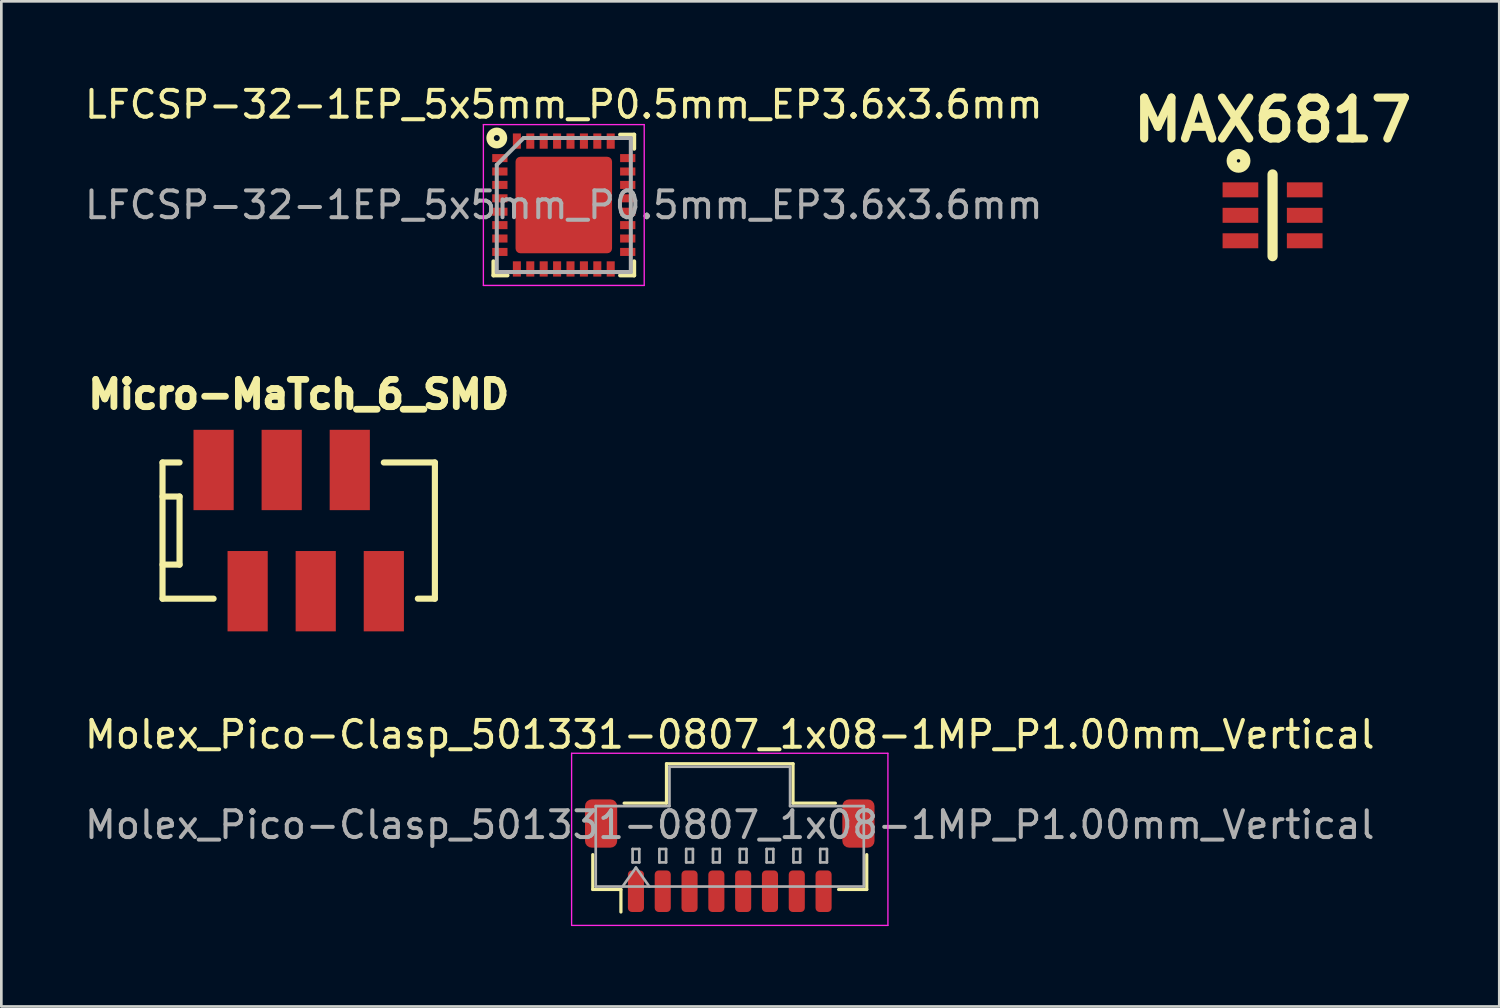
<source format=kicad_pcb>
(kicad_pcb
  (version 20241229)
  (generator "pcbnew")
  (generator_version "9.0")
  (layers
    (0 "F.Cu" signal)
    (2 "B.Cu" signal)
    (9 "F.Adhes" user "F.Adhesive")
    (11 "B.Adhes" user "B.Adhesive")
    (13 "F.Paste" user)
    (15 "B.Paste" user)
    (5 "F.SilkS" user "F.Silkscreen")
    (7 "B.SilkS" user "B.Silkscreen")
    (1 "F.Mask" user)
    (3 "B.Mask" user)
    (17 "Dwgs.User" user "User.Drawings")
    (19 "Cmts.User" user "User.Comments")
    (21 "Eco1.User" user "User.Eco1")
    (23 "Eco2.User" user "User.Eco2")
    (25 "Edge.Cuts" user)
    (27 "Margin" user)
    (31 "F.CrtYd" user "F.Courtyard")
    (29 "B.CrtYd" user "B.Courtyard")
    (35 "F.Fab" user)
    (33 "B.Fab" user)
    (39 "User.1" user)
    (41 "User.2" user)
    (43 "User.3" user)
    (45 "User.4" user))
  (footprint "Micro-MaTch_6_SMD"
    (layer "F.Cu")
    (at 8.093 16.743)
    (property "Reference" "Micro-MaTch_6_SMD" (at 0 -5.08 0) (layer "F.SilkS") (effects (font (size 1.016 1.016) (thickness 0.254))))
    (attr through_hole)
    (fp_line (start -5.08 -2.54) (end -5.08 2.54) (stroke (width 0.229) (type solid)) (layer "F.SilkS"))
    (fp_line (start -5.08 -2.54) (end -4.445 -2.54) (stroke (width 0.229) (type solid)) (layer "F.SilkS"))
    (fp_line (start -5.08 -1.27) (end -4.445 -1.27) (stroke (width 0.229) (type solid)) (layer "F.SilkS"))
    (fp_line (start -5.08 2.54) (end -3.175 2.54) (stroke (width 0.229) (type solid)) (layer "F.SilkS"))
    (fp_line (start -4.445 -1.27) (end -4.445 1.27) (stroke (width 0.229) (type solid)) (layer "F.SilkS"))
    (fp_line (start -4.445 1.27) (end -5.08 1.27) (stroke (width 0.229) (type solid)) (layer "F.SilkS"))
    (fp_line (start 4.445 2.54) (end 5.08 2.54) (stroke (width 0.229) (type solid)) (layer "F.SilkS"))
    (fp_line (start 5.08 -2.54) (end 3.175 -2.54) (stroke (width 0.229) (type solid)) (layer "F.SilkS"))
    (fp_line (start 5.08 -2.54) (end 5.08 2.54) (stroke (width 0.229) (type solid)) (layer "F.SilkS"))
    (pad "1" smd rect (at -3.175 -2.261) (size 1.499 2.997) (layers "F.Cu" "F.Mask" "F.Paste"))
    (pad "2" smd rect (at -1.905 2.261) (size 1.499 2.997) (layers "F.Cu" "F.Mask" "F.Paste"))
    (pad "3" smd rect (at -0.635 -2.261) (size 1.499 2.997) (layers "F.Cu" "F.Mask" "F.Paste"))
    (pad "4" smd rect (at 0.635 2.261) (size 1.499 2.997) (layers "F.Cu" "F.Mask" "F.Paste"))
    (pad "5" smd rect (at 1.905 -2.261) (size 1.499 2.997) (layers "F.Cu" "F.Mask" "F.Paste"))
    (pad "6" smd rect (at 3.175 2.261) (size 1.499 2.997) (layers "F.Cu" "F.Mask" "F.Paste")))
  (footprint "MAX6817"
    (layer "F.Cu")
    (at 44.422 4.982)
    (property "Reference" "MAX6817" (at 0 -3.556 0) (layer "F.SilkS") (effects (font (size 1.524 1.524) (thickness 0.305))))
    (attr through_hole)
    (fp_line (start 0 -1.524) (end 0 1.524) (stroke (width 0.381) (type solid)) (layer "F.SilkS"))
    (fp_circle (center -1.27 -2.032) (end -1.27 -2.286) (stroke (width 0.381) (type solid)) (fill no) (layer "F.SilkS"))
    (pad "1" smd rect (at -1.199 -0.95) (size 1.331 0.559) (layers "F.Cu" "F.Mask" "F.Paste"))
    (pad "2" smd rect (at -1.199 0) (size 1.331 0.559) (layers "F.Cu" "F.Mask" "F.Paste"))
    (pad "3" smd rect (at -1.199 0.95) (size 1.331 0.559) (layers "F.Cu" "F.Mask" "F.Paste"))
    (pad "4" smd rect (at 1.199 0.95) (size 1.331 0.559) (layers "F.Cu" "F.Mask" "F.Paste"))
    (pad "5" smd rect (at 1.199 0) (size 1.331 0.559) (layers "F.Cu" "F.Mask" "F.Paste"))
    (pad "6" smd rect (at 1.199 -0.95) (size 1.331 0.559) (layers "F.Cu" "F.Mask" "F.Paste")))
  (footprint "Molex_Pico-Clasp_501331-0807_1x08-1MP_P1.00mm_Vertical"
    (layer "F.Cu")
    (at 24.173 28.871)
    (property "Reference" "Molex_Pico-Clasp_501331-0807_1x08-1MP_P1.00mm_Vertical" (at 0 -4.52 0) (layer "F.SilkS") (effects (font (size 1 1) (thickness 0.15))))
    (attr smd)
    (fp_line (start -5.11 -0.04) (end -5.11 1.26) (stroke (width 0.12) (type solid)) (layer "F.SilkS"))
    (fp_line (start -5.11 1.26) (end -4.06 1.26) (stroke (width 0.12) (type solid)) (layer "F.SilkS"))
    (fp_line (start -4.06 1.26) (end -4.06 2.1) (stroke (width 0.12) (type solid)) (layer "F.SilkS"))
    (fp_line (start -3.94 -1.96) (end -2.36 -1.96) (stroke (width 0.12) (type solid)) (layer "F.SilkS"))
    (fp_line (start -2.36 -3.43) (end 2.36 -3.43) (stroke (width 0.12) (type solid)) (layer "F.SilkS"))
    (fp_line (start -2.36 -1.96) (end -2.36 -3.43) (stroke (width 0.12) (type solid)) (layer "F.SilkS"))
    (fp_line (start 2.36 -3.43) (end 2.36 -1.96) (stroke (width 0.12) (type solid)) (layer "F.SilkS"))
    (fp_line (start 2.36 -1.96) (end 3.94 -1.96) (stroke (width 0.12) (type solid)) (layer "F.SilkS"))
    (fp_line (start 5.11 -0.04) (end 5.11 1.26) (stroke (width 0.12) (type solid)) (layer "F.SilkS"))
    (fp_line (start 5.11 1.26) (end 4.06 1.26) (stroke (width 0.12) (type solid)) (layer "F.SilkS"))
    (fp_line (start -5.9 -3.82) (end -5.9 2.6) (stroke (width 0.05) (type solid)) (layer "F.CrtYd"))
    (fp_line (start -5.9 2.6) (end 5.9 2.6) (stroke (width 0.05) (type solid)) (layer "F.CrtYd"))
    (fp_line (start 5.9 -3.82) (end -5.9 -3.82) (stroke (width 0.05) (type solid)) (layer "F.CrtYd"))
    (fp_line (start 5.9 2.6) (end 5.9 -3.82) (stroke (width 0.05) (type solid)) (layer "F.CrtYd"))
    (fp_line (start -5 -1.85) (end -2.25 -1.85) (stroke (width 0.1) (type solid)) (layer "F.Fab"))
    (fp_line (start -5 1.15) (end -5 -1.85) (stroke (width 0.1) (type solid)) (layer "F.Fab"))
    (fp_line (start -5 1.15) (end 5 1.15) (stroke (width 0.1) (type solid)) (layer "F.Fab"))
    (fp_line (start -4 1.15) (end -3.5 0.443) (stroke (width 0.1) (type solid)) (layer "F.Fab"))
    (fp_line (start -3.625 -0.25) (end -3.625 0.25) (stroke (width 0.1) (type solid)) (layer "F.Fab"))
    (fp_line (start -3.625 0.25) (end -3.375 0.25) (stroke (width 0.1) (type solid)) (layer "F.Fab"))
    (fp_line (start -3.5 0.443) (end -3 1.15) (stroke (width 0.1) (type solid)) (layer "F.Fab"))
    (fp_line (start -3.375 -0.25) (end -3.625 -0.25) (stroke (width 0.1) (type solid)) (layer "F.Fab"))
    (fp_line (start -3.375 0.25) (end -3.375 -0.25) (stroke (width 0.1) (type solid)) (layer "F.Fab"))
    (fp_line (start -2.625 -0.25) (end -2.625 0.25) (stroke (width 0.1) (type solid)) (layer "F.Fab"))
    (fp_line (start -2.625 0.25) (end -2.375 0.25) (stroke (width 0.1) (type solid)) (layer "F.Fab"))
    (fp_line (start -2.375 -0.25) (end -2.625 -0.25) (stroke (width 0.1) (type solid)) (layer "F.Fab"))
    (fp_line (start -2.375 0.25) (end -2.375 -0.25) (stroke (width 0.1) (type solid)) (layer "F.Fab"))
    (fp_line (start -2.25 -3.32) (end 2.25 -3.32) (stroke (width 0.1) (type solid)) (layer "F.Fab"))
    (fp_line (start -2.25 -1.85) (end -2.25 -3.32) (stroke (width 0.1) (type solid)) (layer "F.Fab"))
    (fp_line (start -1.625 -0.25) (end -1.625 0.25) (stroke (width 0.1) (type solid)) (layer "F.Fab"))
    (fp_line (start -1.625 0.25) (end -1.375 0.25) (stroke (width 0.1) (type solid)) (layer "F.Fab"))
    (fp_line (start -1.375 -0.25) (end -1.625 -0.25) (stroke (width 0.1) (type solid)) (layer "F.Fab"))
    (fp_line (start -1.375 0.25) (end -1.375 -0.25) (stroke (width 0.1) (type solid)) (layer "F.Fab"))
    (fp_line (start -0.625 -0.25) (end -0.625 0.25) (stroke (width 0.1) (type solid)) (layer "F.Fab"))
    (fp_line (start -0.625 0.25) (end -0.375 0.25) (stroke (width 0.1) (type solid)) (layer "F.Fab"))
    (fp_line (start -0.375 -0.25) (end -0.625 -0.25) (stroke (width 0.1) (type solid)) (layer "F.Fab"))
    (fp_line (start -0.375 0.25) (end -0.375 -0.25) (stroke (width 0.1) (type solid)) (layer "F.Fab"))
    (fp_line (start 0.375 -0.25) (end 0.375 0.25) (stroke (width 0.1) (type solid)) (layer "F.Fab"))
    (fp_line (start 0.375 0.25) (end 0.625 0.25) (stroke (width 0.1) (type solid)) (layer "F.Fab"))
    (fp_line (start 0.625 -0.25) (end 0.375 -0.25) (stroke (width 0.1) (type solid)) (layer "F.Fab"))
    (fp_line (start 0.625 0.25) (end 0.625 -0.25) (stroke (width 0.1) (type solid)) (layer "F.Fab"))
    (fp_line (start 1.375 -0.25) (end 1.375 0.25) (stroke (width 0.1) (type solid)) (layer "F.Fab"))
    (fp_line (start 1.375 0.25) (end 1.625 0.25) (stroke (width 0.1) (type solid)) (layer "F.Fab"))
    (fp_line (start 1.625 -0.25) (end 1.375 -0.25) (stroke (width 0.1) (type solid)) (layer "F.Fab"))
    (fp_line (start 1.625 0.25) (end 1.625 -0.25) (stroke (width 0.1) (type solid)) (layer "F.Fab"))
    (fp_line (start 2.25 -3.32) (end 2.25 -1.85) (stroke (width 0.1) (type solid)) (layer "F.Fab"))
    (fp_line (start 2.25 -1.85) (end 5 -1.85) (stroke (width 0.1) (type solid)) (layer "F.Fab"))
    (fp_line (start 2.375 -0.25) (end 2.375 0.25) (stroke (width 0.1) (type solid)) (layer "F.Fab"))
    (fp_line (start 2.375 0.25) (end 2.625 0.25) (stroke (width 0.1) (type solid)) (layer "F.Fab"))
    (fp_line (start 2.625 -0.25) (end 2.375 -0.25) (stroke (width 0.1) (type solid)) (layer "F.Fab"))
    (fp_line (start 2.625 0.25) (end 2.625 -0.25) (stroke (width 0.1) (type solid)) (layer "F.Fab"))
    (fp_line (start 3.375 -0.25) (end 3.375 0.25) (stroke (width 0.1) (type solid)) (layer "F.Fab"))
    (fp_line (start 3.375 0.25) (end 3.625 0.25) (stroke (width 0.1) (type solid)) (layer "F.Fab"))
    (fp_line (start 3.625 -0.25) (end 3.375 -0.25) (stroke (width 0.1) (type solid)) (layer "F.Fab"))
    (fp_line (start 3.625 0.25) (end 3.625 -0.25) (stroke (width 0.1) (type solid)) (layer "F.Fab"))
    (fp_line (start 5 1.15) (end 5 -1.85) (stroke (width 0.1) (type solid)) (layer "F.Fab"))
    (fp_text user "${REFERENCE}" (at 0 -1.15 0) (layer "F.Fab") (effects (font (size 1 1) (thickness 0.15))))
    (pad "1" smd roundrect (at -3.5 1.325) (size 0.6 1.55) (layers "F.Cu" "F.Mask" "F.Paste") (roundrect_rratio 0.25))
    (pad "2" smd roundrect (at -2.5 1.325) (size 0.6 1.55) (layers "F.Cu" "F.Mask" "F.Paste") (roundrect_rratio 0.25))
    (pad "3" smd roundrect (at -1.5 1.325) (size 0.6 1.55) (layers "F.Cu" "F.Mask" "F.Paste") (roundrect_rratio 0.25))
    (pad "4" smd roundrect (at -0.5 1.325) (size 0.6 1.55) (layers "F.Cu" "F.Mask" "F.Paste") (roundrect_rratio 0.25))
    (pad "5" smd roundrect (at 0.5 1.325) (size 0.6 1.55) (layers "F.Cu" "F.Mask" "F.Paste") (roundrect_rratio 0.25))
    (pad "6" smd roundrect (at 1.5 1.325) (size 0.6 1.55) (layers "F.Cu" "F.Mask" "F.Paste") (roundrect_rratio 0.25))
    (pad "7" smd roundrect (at 2.5 1.325) (size 0.6 1.55) (layers "F.Cu" "F.Mask" "F.Paste") (roundrect_rratio 0.25))
    (pad "8" smd roundrect (at 3.5 1.325) (size 0.6 1.55) (layers "F.Cu" "F.Mask" "F.Paste") (roundrect_rratio 0.25))
    (pad "MP" smd roundrect (at -4.8 -1.2) (size 1.2 1.8) (layers "F.Cu" "F.Mask" "F.Paste") (roundrect_rratio 0.208))
    (pad "MP" smd roundrect (at 4.8 -1.2) (size 1.2 1.8) (layers "F.Cu" "F.Mask" "F.Paste") (roundrect_rratio 0.208)))
  (footprint "LFCSP-32-1EP_5x5mm_P0.5mm_EP3.6x3.6mm"
    (layer "F.Cu")
    (at 17.982 4.598)
    (property "Reference" "LFCSP-32-1EP_5x5mm_P0.5mm_EP3.6x3.6mm" (at 0 -3.75 0) (layer "F.SilkS") (effects (font (size 1 1) (thickness 0.15))))
    (attr smd)
    (fp_line (start -2.625 2.625) (end -2.625 2.1) (stroke (width 0.15) (type solid)) (layer "F.SilkS"))
    (fp_line (start -2.625 2.625) (end -2.1 2.625) (stroke (width 0.15) (type solid)) (layer "F.SilkS"))
    (fp_line (start 2.625 -2.625) (end 2.1 -2.625) (stroke (width 0.15) (type solid)) (layer "F.SilkS"))
    (fp_line (start 2.625 -2.625) (end 2.625 -2.1) (stroke (width 0.15) (type solid)) (layer "F.SilkS"))
    (fp_line (start 2.625 2.625) (end 2.1 2.625) (stroke (width 0.15) (type solid)) (layer "F.SilkS"))
    (fp_line (start 2.625 2.625) (end 2.625 2.1) (stroke (width 0.15) (type solid)) (layer "F.SilkS"))
    (fp_circle (center -2.5 -2.5) (end -2.25 -2.5) (stroke (width 0.279) (type solid)) (fill no) (layer "F.SilkS"))
    (fp_line (start -3 -3) (end -3 3) (stroke (width 0.05) (type solid)) (layer "F.CrtYd"))
    (fp_line (start -3 -3) (end 3 -3) (stroke (width 0.05) (type solid)) (layer "F.CrtYd"))
    (fp_line (start -3 3) (end 3 3) (stroke (width 0.05) (type solid)) (layer "F.CrtYd"))
    (fp_line (start 3 -3) (end 3 3) (stroke (width 0.05) (type solid)) (layer "F.CrtYd"))
    (fp_line (start -2.5 -1.5) (end -1.5 -2.5) (stroke (width 0.15) (type solid)) (layer "F.Fab"))
    (fp_line (start -2.5 2.5) (end -2.5 -1.5) (stroke (width 0.15) (type solid)) (layer "F.Fab"))
    (fp_line (start -1.5 -2.5) (end 2.5 -2.5) (stroke (width 0.15) (type solid)) (layer "F.Fab"))
    (fp_line (start 2.5 -2.5) (end 2.5 2.5) (stroke (width 0.15) (type solid)) (layer "F.Fab"))
    (fp_line (start 2.5 2.5) (end -2.5 2.5) (stroke (width 0.15) (type solid)) (layer "F.Fab"))
    (fp_text user "${REFERENCE}" (at 0 0 0) (layer "F.Fab") (effects (font (size 1 1) (thickness 0.15))))
    (pad "" smd rect (at -0.8 -0.8) (size 1.3 1.3) (layers "F.Paste"))
    (pad "" smd rect (at -0.8 0.8) (size 1.3 1.3) (layers "F.Paste"))
    (pad "" smd rect (at 0.8 -0.8) (size 1.3 1.3) (layers "F.Paste"))
    (pad "" smd rect (at 0.8 0.8) (size 1.3 1.3) (layers "F.Paste"))
    (pad "1" smd rect (at -2.385 -1.75) (size 0.57 0.3) (layers "F.Cu" "F.Mask" "F.Paste"))
    (pad "2" smd rect (at -2.385 -1.25) (size 0.57 0.3) (layers "F.Cu" "F.Mask" "F.Paste"))
    (pad "3" smd rect (at -2.385 -0.75) (size 0.57 0.3) (layers "F.Cu" "F.Mask" "F.Paste"))
    (pad "4" smd rect (at -2.385 -0.25) (size 0.57 0.3) (layers "F.Cu" "F.Mask" "F.Paste"))
    (pad "5" smd rect (at -2.385 0.25) (size 0.57 0.3) (layers "F.Cu" "F.Mask" "F.Paste"))
    (pad "6" smd rect (at -2.385 0.75) (size 0.57 0.3) (layers "F.Cu" "F.Mask" "F.Paste"))
    (pad "7" smd rect (at -2.385 1.25) (size 0.57 0.3) (layers "F.Cu" "F.Mask" "F.Paste"))
    (pad "8" smd rect (at -2.385 1.75) (size 0.57 0.3) (layers "F.Cu" "F.Mask" "F.Paste"))
    (pad "9" smd rect (at -1.75 2.385 90) (size 0.57 0.3) (layers "F.Cu" "F.Mask" "F.Paste"))
    (pad "10" smd rect (at -1.25 2.385 90) (size 0.57 0.3) (layers "F.Cu" "F.Mask" "F.Paste"))
    (pad "11" smd rect (at -0.75 2.385 90) (size 0.57 0.3) (layers "F.Cu" "F.Mask" "F.Paste"))
    (pad "12" smd rect (at -0.25 2.385 90) (size 0.57 0.3) (layers "F.Cu" "F.Mask" "F.Paste"))
    (pad "13" smd rect (at 0.25 2.385 90) (size 0.57 0.3) (layers "F.Cu" "F.Mask" "F.Paste"))
    (pad "14" smd rect (at 0.75 2.385 90) (size 0.57 0.3) (layers "F.Cu" "F.Mask" "F.Paste"))
    (pad "15" smd rect (at 1.25 2.385 90) (size 0.57 0.3) (layers "F.Cu" "F.Mask" "F.Paste"))
    (pad "16" smd rect (at 1.75 2.385 90) (size 0.57 0.3) (layers "F.Cu" "F.Mask" "F.Paste"))
    (pad "17" smd rect (at 2.385 1.75) (size 0.57 0.3) (layers "F.Cu" "F.Mask" "F.Paste"))
    (pad "18" smd rect (at 2.385 1.25) (size 0.57 0.3) (layers "F.Cu" "F.Mask" "F.Paste"))
    (pad "19" smd rect (at 2.385 0.75) (size 0.57 0.3) (layers "F.Cu" "F.Mask" "F.Paste"))
    (pad "20" smd rect (at 2.385 0.25) (size 0.57 0.3) (layers "F.Cu" "F.Mask" "F.Paste"))
    (pad "21" smd rect (at 2.385 -0.25) (size 0.57 0.3) (layers "F.Cu" "F.Mask" "F.Paste"))
    (pad "22" smd rect (at 2.385 -0.75) (size 0.57 0.3) (layers "F.Cu" "F.Mask" "F.Paste"))
    (pad "23" smd rect (at 2.385 -1.25) (size 0.57 0.3) (layers "F.Cu" "F.Mask" "F.Paste"))
    (pad "24" smd rect (at 2.385 -1.75) (size 0.57 0.3) (layers "F.Cu" "F.Mask" "F.Paste"))
    (pad "25" smd rect (at 1.75 -2.385 90) (size 0.57 0.3) (layers "F.Cu" "F.Mask" "F.Paste"))
    (pad "26" smd rect (at 1.25 -2.385 90) (size 0.57 0.3) (layers "F.Cu" "F.Mask" "F.Paste"))
    (pad "27" smd rect (at 0.75 -2.385 90) (size 0.57 0.3) (layers "F.Cu" "F.Mask" "F.Paste"))
    (pad "28" smd rect (at 0.25 -2.385 90) (size 0.57 0.3) (layers "F.Cu" "F.Mask" "F.Paste"))
    (pad "29" smd rect (at -0.25 -2.385 90) (size 0.57 0.3) (layers "F.Cu" "F.Mask" "F.Paste"))
    (pad "30" smd rect (at -0.75 -2.385 90) (size 0.57 0.3) (layers "F.Cu" "F.Mask" "F.Paste"))
    (pad "31" smd rect (at -1.25 -2.385 90) (size 0.57 0.3) (layers "F.Cu" "F.Mask" "F.Paste"))
    (pad "32" smd rect (at -1.75 -2.385 90) (size 0.57 0.3) (layers "F.Cu" "F.Mask" "F.Paste"))
    (pad "33" smd roundrect (at 0 0) (size 3.6 3.6) (layers "F.Cu" "F.Mask") (roundrect_rratio 0.05)))
  (gr_rect
    (start -3 -3)
    (end 52.879 34.496)
    (stroke (width 0.1) (type default))
    (fill no)
    (layer "Edge.Cuts")))
</source>
